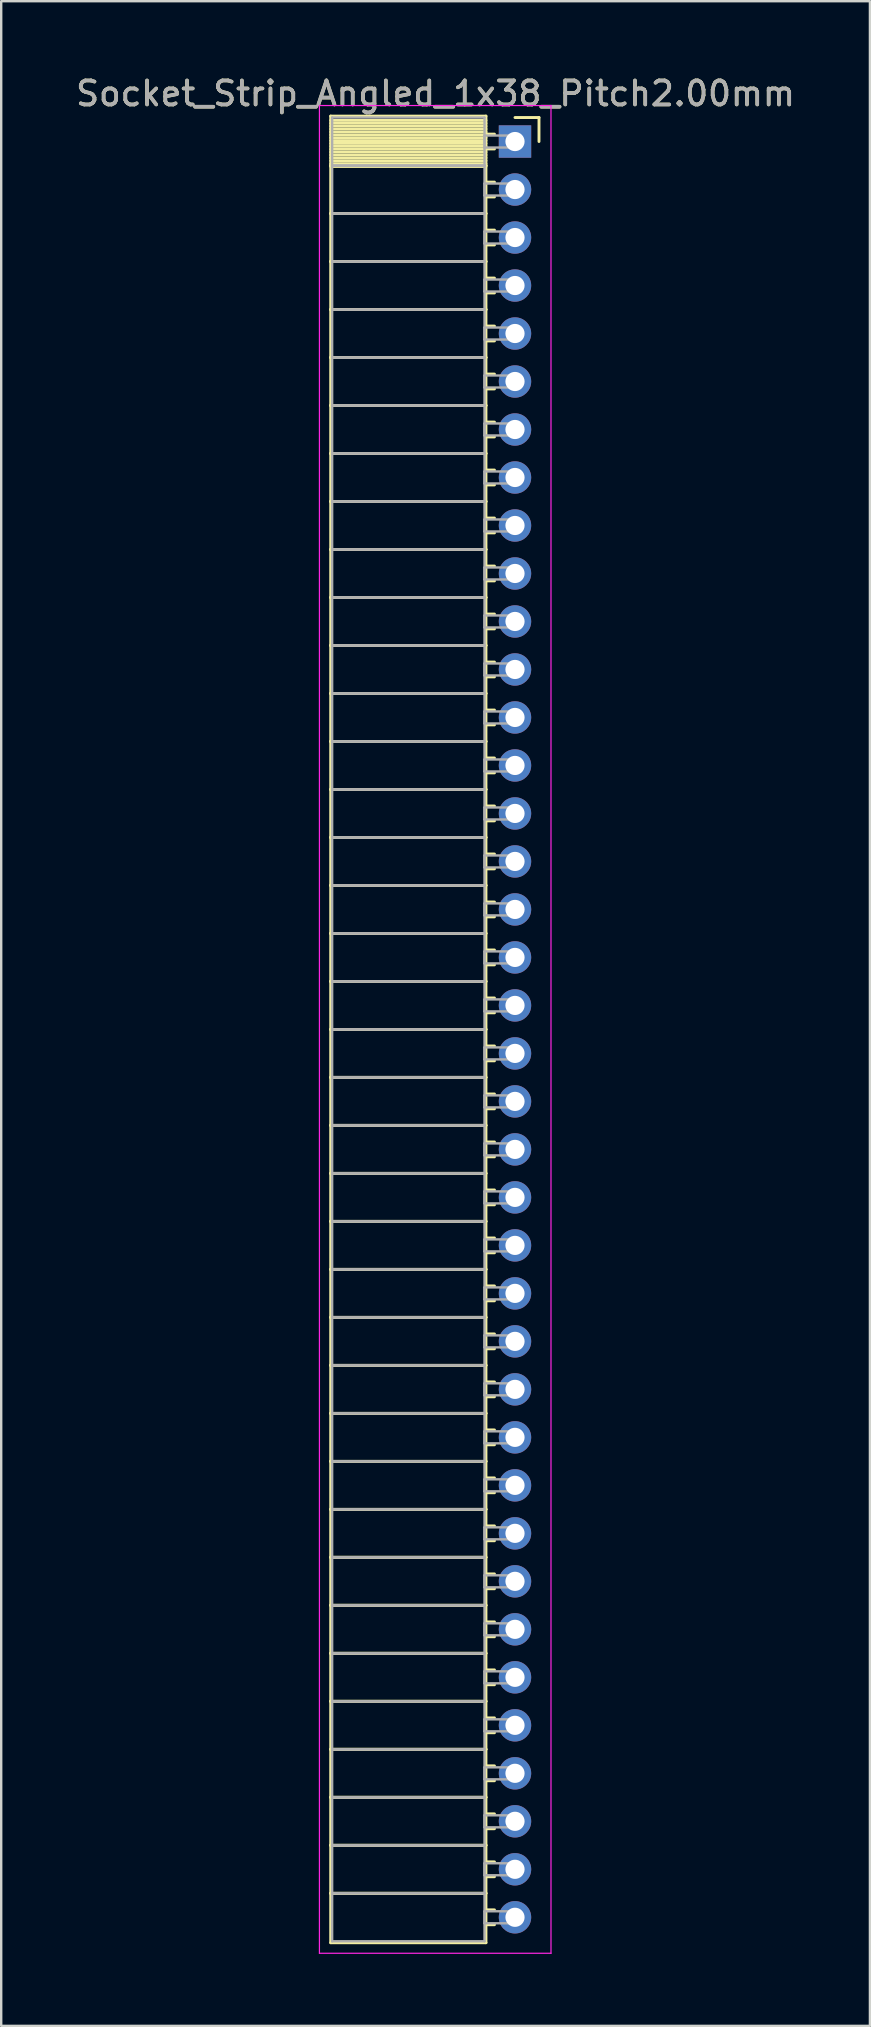
<source format=kicad_pcb>
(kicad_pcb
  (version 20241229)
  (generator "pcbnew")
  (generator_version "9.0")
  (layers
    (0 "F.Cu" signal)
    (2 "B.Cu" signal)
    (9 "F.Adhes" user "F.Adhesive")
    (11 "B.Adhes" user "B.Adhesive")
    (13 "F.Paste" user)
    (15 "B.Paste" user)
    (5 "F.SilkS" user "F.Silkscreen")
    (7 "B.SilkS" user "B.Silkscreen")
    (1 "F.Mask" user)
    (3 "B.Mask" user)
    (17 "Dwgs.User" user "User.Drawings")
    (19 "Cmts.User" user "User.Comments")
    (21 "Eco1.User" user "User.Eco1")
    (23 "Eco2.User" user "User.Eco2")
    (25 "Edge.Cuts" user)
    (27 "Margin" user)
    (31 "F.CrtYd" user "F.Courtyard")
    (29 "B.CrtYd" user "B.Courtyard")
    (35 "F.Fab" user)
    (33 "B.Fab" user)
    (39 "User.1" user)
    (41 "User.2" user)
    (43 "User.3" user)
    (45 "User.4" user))
  (footprint "Socket_Strip_Angled_1x38_Pitch2.00mm"
    (layer "F.Cu")
    (at 18.411 2.848)
    (property "Reference" "Socket_Strip_Angled_1x38_Pitch2.00mm" (at -3.31 -2 0) (layer "F.SilkS") (effects (font (size 1 1) (thickness 0.15))))
    (attr through_hole)
    (fp_line (start -7.68 -1.06) (end -1.21 -1.06) (stroke (width 0.12) (type solid)) (layer "F.SilkS"))
    (fp_line (start -7.68 1) (end -7.68 -1.06) (stroke (width 0.12) (type solid)) (layer "F.SilkS"))
    (fp_line (start -7.68 1) (end -1.21 1) (stroke (width 0.12) (type solid)) (layer "F.SilkS"))
    (fp_line (start -7.68 3) (end -7.68 1) (stroke (width 0.12) (type solid)) (layer "F.SilkS"))
    (fp_line (start -7.68 3) (end -1.21 3) (stroke (width 0.12) (type solid)) (layer "F.SilkS"))
    (fp_line (start -7.68 5) (end -7.68 3) (stroke (width 0.12) (type solid)) (layer "F.SilkS"))
    (fp_line (start -7.68 5) (end -1.21 5) (stroke (width 0.12) (type solid)) (layer "F.SilkS"))
    (fp_line (start -7.68 7) (end -7.68 5) (stroke (width 0.12) (type solid)) (layer "F.SilkS"))
    (fp_line (start -7.68 7) (end -1.21 7) (stroke (width 0.12) (type solid)) (layer "F.SilkS"))
    (fp_line (start -7.68 9) (end -7.68 7) (stroke (width 0.12) (type solid)) (layer "F.SilkS"))
    (fp_line (start -7.68 9) (end -1.21 9) (stroke (width 0.12) (type solid)) (layer "F.SilkS"))
    (fp_line (start -7.68 11) (end -7.68 9) (stroke (width 0.12) (type solid)) (layer "F.SilkS"))
    (fp_line (start -7.68 11) (end -1.21 11) (stroke (width 0.12) (type solid)) (layer "F.SilkS"))
    (fp_line (start -7.68 13) (end -7.68 11) (stroke (width 0.12) (type solid)) (layer "F.SilkS"))
    (fp_line (start -7.68 13) (end -1.21 13) (stroke (width 0.12) (type solid)) (layer "F.SilkS"))
    (fp_line (start -7.68 15) (end -7.68 13) (stroke (width 0.12) (type solid)) (layer "F.SilkS"))
    (fp_line (start -7.68 15) (end -1.21 15) (stroke (width 0.12) (type solid)) (layer "F.SilkS"))
    (fp_line (start -7.68 17) (end -7.68 15) (stroke (width 0.12) (type solid)) (layer "F.SilkS"))
    (fp_line (start -7.68 17) (end -1.21 17) (stroke (width 0.12) (type solid)) (layer "F.SilkS"))
    (fp_line (start -7.68 19) (end -7.68 17) (stroke (width 0.12) (type solid)) (layer "F.SilkS"))
    (fp_line (start -7.68 19) (end -1.21 19) (stroke (width 0.12) (type solid)) (layer "F.SilkS"))
    (fp_line (start -7.68 21) (end -7.68 19) (stroke (width 0.12) (type solid)) (layer "F.SilkS"))
    (fp_line (start -7.68 21) (end -1.21 21) (stroke (width 0.12) (type solid)) (layer "F.SilkS"))
    (fp_line (start -7.68 23) (end -7.68 21) (stroke (width 0.12) (type solid)) (layer "F.SilkS"))
    (fp_line (start -7.68 23) (end -1.21 23) (stroke (width 0.12) (type solid)) (layer "F.SilkS"))
    (fp_line (start -7.68 25) (end -7.68 23) (stroke (width 0.12) (type solid)) (layer "F.SilkS"))
    (fp_line (start -7.68 25) (end -1.21 25) (stroke (width 0.12) (type solid)) (layer "F.SilkS"))
    (fp_line (start -7.68 27) (end -7.68 25) (stroke (width 0.12) (type solid)) (layer "F.SilkS"))
    (fp_line (start -7.68 27) (end -1.21 27) (stroke (width 0.12) (type solid)) (layer "F.SilkS"))
    (fp_line (start -7.68 29) (end -7.68 27) (stroke (width 0.12) (type solid)) (layer "F.SilkS"))
    (fp_line (start -7.68 29) (end -1.21 29) (stroke (width 0.12) (type solid)) (layer "F.SilkS"))
    (fp_line (start -7.68 31) (end -7.68 29) (stroke (width 0.12) (type solid)) (layer "F.SilkS"))
    (fp_line (start -7.68 31) (end -1.21 31) (stroke (width 0.12) (type solid)) (layer "F.SilkS"))
    (fp_line (start -7.68 33) (end -7.68 31) (stroke (width 0.12) (type solid)) (layer "F.SilkS"))
    (fp_line (start -7.68 33) (end -1.21 33) (stroke (width 0.12) (type solid)) (layer "F.SilkS"))
    (fp_line (start -7.68 35) (end -7.68 33) (stroke (width 0.12) (type solid)) (layer "F.SilkS"))
    (fp_line (start -7.68 35) (end -1.21 35) (stroke (width 0.12) (type solid)) (layer "F.SilkS"))
    (fp_line (start -7.68 37) (end -7.68 35) (stroke (width 0.12) (type solid)) (layer "F.SilkS"))
    (fp_line (start -7.68 37) (end -1.21 37) (stroke (width 0.12) (type solid)) (layer "F.SilkS"))
    (fp_line (start -7.68 39) (end -7.68 37) (stroke (width 0.12) (type solid)) (layer "F.SilkS"))
    (fp_line (start -7.68 39) (end -1.21 39) (stroke (width 0.12) (type solid)) (layer "F.SilkS"))
    (fp_line (start -7.68 41) (end -7.68 39) (stroke (width 0.12) (type solid)) (layer "F.SilkS"))
    (fp_line (start -7.68 41) (end -1.21 41) (stroke (width 0.12) (type solid)) (layer "F.SilkS"))
    (fp_line (start -7.68 43) (end -7.68 41) (stroke (width 0.12) (type solid)) (layer "F.SilkS"))
    (fp_line (start -7.68 43) (end -1.21 43) (stroke (width 0.12) (type solid)) (layer "F.SilkS"))
    (fp_line (start -7.68 45) (end -7.68 43) (stroke (width 0.12) (type solid)) (layer "F.SilkS"))
    (fp_line (start -7.68 45) (end -1.21 45) (stroke (width 0.12) (type solid)) (layer "F.SilkS"))
    (fp_line (start -7.68 47) (end -7.68 45) (stroke (width 0.12) (type solid)) (layer "F.SilkS"))
    (fp_line (start -7.68 47) (end -1.21 47) (stroke (width 0.12) (type solid)) (layer "F.SilkS"))
    (fp_line (start -7.68 49) (end -7.68 47) (stroke (width 0.12) (type solid)) (layer "F.SilkS"))
    (fp_line (start -7.68 49) (end -1.21 49) (stroke (width 0.12) (type solid)) (layer "F.SilkS"))
    (fp_line (start -7.68 51) (end -7.68 49) (stroke (width 0.12) (type solid)) (layer "F.SilkS"))
    (fp_line (start -7.68 51) (end -1.21 51) (stroke (width 0.12) (type solid)) (layer "F.SilkS"))
    (fp_line (start -7.68 53) (end -7.68 51) (stroke (width 0.12) (type solid)) (layer "F.SilkS"))
    (fp_line (start -7.68 53) (end -1.21 53) (stroke (width 0.12) (type solid)) (layer "F.SilkS"))
    (fp_line (start -7.68 55) (end -7.68 53) (stroke (width 0.12) (type solid)) (layer "F.SilkS"))
    (fp_line (start -7.68 55) (end -1.21 55) (stroke (width 0.12) (type solid)) (layer "F.SilkS"))
    (fp_line (start -7.68 57) (end -7.68 55) (stroke (width 0.12) (type solid)) (layer "F.SilkS"))
    (fp_line (start -7.68 57) (end -1.21 57) (stroke (width 0.12) (type solid)) (layer "F.SilkS"))
    (fp_line (start -7.68 59) (end -7.68 57) (stroke (width 0.12) (type solid)) (layer "F.SilkS"))
    (fp_line (start -7.68 59) (end -1.21 59) (stroke (width 0.12) (type solid)) (layer "F.SilkS"))
    (fp_line (start -7.68 61) (end -7.68 59) (stroke (width 0.12) (type solid)) (layer "F.SilkS"))
    (fp_line (start -7.68 61) (end -1.21 61) (stroke (width 0.12) (type solid)) (layer "F.SilkS"))
    (fp_line (start -7.68 63) (end -7.68 61) (stroke (width 0.12) (type solid)) (layer "F.SilkS"))
    (fp_line (start -7.68 63) (end -1.21 63) (stroke (width 0.12) (type solid)) (layer "F.SilkS"))
    (fp_line (start -7.68 65) (end -7.68 63) (stroke (width 0.12) (type solid)) (layer "F.SilkS"))
    (fp_line (start -7.68 65) (end -1.21 65) (stroke (width 0.12) (type solid)) (layer "F.SilkS"))
    (fp_line (start -7.68 67) (end -7.68 65) (stroke (width 0.12) (type solid)) (layer "F.SilkS"))
    (fp_line (start -7.68 67) (end -1.21 67) (stroke (width 0.12) (type solid)) (layer "F.SilkS"))
    (fp_line (start -7.68 69) (end -7.68 67) (stroke (width 0.12) (type solid)) (layer "F.SilkS"))
    (fp_line (start -7.68 69) (end -1.21 69) (stroke (width 0.12) (type solid)) (layer "F.SilkS"))
    (fp_line (start -7.68 71) (end -7.68 69) (stroke (width 0.12) (type solid)) (layer "F.SilkS"))
    (fp_line (start -7.68 71) (end -1.21 71) (stroke (width 0.12) (type solid)) (layer "F.SilkS"))
    (fp_line (start -7.68 73) (end -7.68 71) (stroke (width 0.12) (type solid)) (layer "F.SilkS"))
    (fp_line (start -7.68 73) (end -1.21 73) (stroke (width 0.12) (type solid)) (layer "F.SilkS"))
    (fp_line (start -7.68 75.06) (end -7.68 73) (stroke (width 0.12) (type solid)) (layer "F.SilkS"))
    (fp_line (start -1.21 -1.06) (end -1.21 1) (stroke (width 0.12) (type solid)) (layer "F.SilkS"))
    (fp_line (start -1.21 -0.88) (end -7.68 -0.88) (stroke (width 0.12) (type solid)) (layer "F.SilkS"))
    (fp_line (start -1.21 -0.76) (end -7.68 -0.76) (stroke (width 0.12) (type solid)) (layer "F.SilkS"))
    (fp_line (start -1.21 -0.64) (end -7.68 -0.64) (stroke (width 0.12) (type solid)) (layer "F.SilkS"))
    (fp_line (start -1.21 -0.52) (end -7.68 -0.52) (stroke (width 0.12) (type solid)) (layer "F.SilkS"))
    (fp_line (start -1.21 -0.4) (end -7.68 -0.4) (stroke (width 0.12) (type solid)) (layer "F.SilkS"))
    (fp_line (start -1.21 -0.28) (end -7.68 -0.28) (stroke (width 0.12) (type solid)) (layer "F.SilkS"))
    (fp_line (start -1.21 -0.16) (end -7.68 -0.16) (stroke (width 0.12) (type solid)) (layer "F.SilkS"))
    (fp_line (start -1.21 -0.04) (end -7.68 -0.04) (stroke (width 0.12) (type solid)) (layer "F.SilkS"))
    (fp_line (start -1.21 0.08) (end -7.68 0.08) (stroke (width 0.12) (type solid)) (layer "F.SilkS"))
    (fp_line (start -1.21 0.2) (end -7.68 0.2) (stroke (width 0.12) (type solid)) (layer "F.SilkS"))
    (fp_line (start -1.21 0.32) (end -7.68 0.32) (stroke (width 0.12) (type solid)) (layer "F.SilkS"))
    (fp_line (start -1.21 0.44) (end -7.68 0.44) (stroke (width 0.12) (type solid)) (layer "F.SilkS"))
    (fp_line (start -1.21 0.56) (end -7.68 0.56) (stroke (width 0.12) (type solid)) (layer "F.SilkS"))
    (fp_line (start -1.21 0.68) (end -7.68 0.68) (stroke (width 0.12) (type solid)) (layer "F.SilkS"))
    (fp_line (start -1.21 0.8) (end -7.68 0.8) (stroke (width 0.12) (type solid)) (layer "F.SilkS"))
    (fp_line (start -1.21 0.92) (end -7.68 0.92) (stroke (width 0.12) (type solid)) (layer "F.SilkS"))
    (fp_line (start -1.21 1) (end -7.68 1) (stroke (width 0.12) (type solid)) (layer "F.SilkS"))
    (fp_line (start -1.21 1) (end -1.21 3) (stroke (width 0.12) (type solid)) (layer "F.SilkS"))
    (fp_line (start -1.21 1.04) (end -7.68 1.04) (stroke (width 0.12) (type solid)) (layer "F.SilkS"))
    (fp_line (start -1.21 3) (end -7.68 3) (stroke (width 0.12) (type solid)) (layer "F.SilkS"))
    (fp_line (start -1.21 3) (end -1.21 5) (stroke (width 0.12) (type solid)) (layer "F.SilkS"))
    (fp_line (start -1.21 5) (end -7.68 5) (stroke (width 0.12) (type solid)) (layer "F.SilkS"))
    (fp_line (start -1.21 5) (end -1.21 7) (stroke (width 0.12) (type solid)) (layer "F.SilkS"))
    (fp_line (start -1.21 7) (end -7.68 7) (stroke (width 0.12) (type solid)) (layer "F.SilkS"))
    (fp_line (start -1.21 7) (end -1.21 9) (stroke (width 0.12) (type solid)) (layer "F.SilkS"))
    (fp_line (start -1.21 9) (end -7.68 9) (stroke (width 0.12) (type solid)) (layer "F.SilkS"))
    (fp_line (start -1.21 9) (end -1.21 11) (stroke (width 0.12) (type solid)) (layer "F.SilkS"))
    (fp_line (start -1.21 11) (end -7.68 11) (stroke (width 0.12) (type solid)) (layer "F.SilkS"))
    (fp_line (start -1.21 11) (end -1.21 13) (stroke (width 0.12) (type solid)) (layer "F.SilkS"))
    (fp_line (start -1.21 13) (end -7.68 13) (stroke (width 0.12) (type solid)) (layer "F.SilkS"))
    (fp_line (start -1.21 13) (end -1.21 15) (stroke (width 0.12) (type solid)) (layer "F.SilkS"))
    (fp_line (start -1.21 15) (end -7.68 15) (stroke (width 0.12) (type solid)) (layer "F.SilkS"))
    (fp_line (start -1.21 15) (end -1.21 17) (stroke (width 0.12) (type solid)) (layer "F.SilkS"))
    (fp_line (start -1.21 17) (end -7.68 17) (stroke (width 0.12) (type solid)) (layer "F.SilkS"))
    (fp_line (start -1.21 17) (end -1.21 19) (stroke (width 0.12) (type solid)) (layer "F.SilkS"))
    (fp_line (start -1.21 19) (end -7.68 19) (stroke (width 0.12) (type solid)) (layer "F.SilkS"))
    (fp_line (start -1.21 19) (end -1.21 21) (stroke (width 0.12) (type solid)) (layer "F.SilkS"))
    (fp_line (start -1.21 21) (end -7.68 21) (stroke (width 0.12) (type solid)) (layer "F.SilkS"))
    (fp_line (start -1.21 21) (end -1.21 23) (stroke (width 0.12) (type solid)) (layer "F.SilkS"))
    (fp_line (start -1.21 23) (end -7.68 23) (stroke (width 0.12) (type solid)) (layer "F.SilkS"))
    (fp_line (start -1.21 23) (end -1.21 25) (stroke (width 0.12) (type solid)) (layer "F.SilkS"))
    (fp_line (start -1.21 25) (end -7.68 25) (stroke (width 0.12) (type solid)) (layer "F.SilkS"))
    (fp_line (start -1.21 25) (end -1.21 27) (stroke (width 0.12) (type solid)) (layer "F.SilkS"))
    (fp_line (start -1.21 27) (end -7.68 27) (stroke (width 0.12) (type solid)) (layer "F.SilkS"))
    (fp_line (start -1.21 27) (end -1.21 29) (stroke (width 0.12) (type solid)) (layer "F.SilkS"))
    (fp_line (start -1.21 29) (end -7.68 29) (stroke (width 0.12) (type solid)) (layer "F.SilkS"))
    (fp_line (start -1.21 29) (end -1.21 31) (stroke (width 0.12) (type solid)) (layer "F.SilkS"))
    (fp_line (start -1.21 31) (end -7.68 31) (stroke (width 0.12) (type solid)) (layer "F.SilkS"))
    (fp_line (start -1.21 31) (end -1.21 33) (stroke (width 0.12) (type solid)) (layer "F.SilkS"))
    (fp_line (start -1.21 33) (end -7.68 33) (stroke (width 0.12) (type solid)) (layer "F.SilkS"))
    (fp_line (start -1.21 33) (end -1.21 35) (stroke (width 0.12) (type solid)) (layer "F.SilkS"))
    (fp_line (start -1.21 35) (end -7.68 35) (stroke (width 0.12) (type solid)) (layer "F.SilkS"))
    (fp_line (start -1.21 35) (end -1.21 37) (stroke (width 0.12) (type solid)) (layer "F.SilkS"))
    (fp_line (start -1.21 37) (end -7.68 37) (stroke (width 0.12) (type solid)) (layer "F.SilkS"))
    (fp_line (start -1.21 37) (end -1.21 39) (stroke (width 0.12) (type solid)) (layer "F.SilkS"))
    (fp_line (start -1.21 39) (end -7.68 39) (stroke (width 0.12) (type solid)) (layer "F.SilkS"))
    (fp_line (start -1.21 39) (end -1.21 41) (stroke (width 0.12) (type solid)) (layer "F.SilkS"))
    (fp_line (start -1.21 41) (end -7.68 41) (stroke (width 0.12) (type solid)) (layer "F.SilkS"))
    (fp_line (start -1.21 41) (end -1.21 43) (stroke (width 0.12) (type solid)) (layer "F.SilkS"))
    (fp_line (start -1.21 43) (end -7.68 43) (stroke (width 0.12) (type solid)) (layer "F.SilkS"))
    (fp_line (start -1.21 43) (end -1.21 45) (stroke (width 0.12) (type solid)) (layer "F.SilkS"))
    (fp_line (start -1.21 45) (end -7.68 45) (stroke (width 0.12) (type solid)) (layer "F.SilkS"))
    (fp_line (start -1.21 45) (end -1.21 47) (stroke (width 0.12) (type solid)) (layer "F.SilkS"))
    (fp_line (start -1.21 47) (end -7.68 47) (stroke (width 0.12) (type solid)) (layer "F.SilkS"))
    (fp_line (start -1.21 47) (end -1.21 49) (stroke (width 0.12) (type solid)) (layer "F.SilkS"))
    (fp_line (start -1.21 49) (end -7.68 49) (stroke (width 0.12) (type solid)) (layer "F.SilkS"))
    (fp_line (start -1.21 49) (end -1.21 51) (stroke (width 0.12) (type solid)) (layer "F.SilkS"))
    (fp_line (start -1.21 51) (end -7.68 51) (stroke (width 0.12) (type solid)) (layer "F.SilkS"))
    (fp_line (start -1.21 51) (end -1.21 53) (stroke (width 0.12) (type solid)) (layer "F.SilkS"))
    (fp_line (start -1.21 53) (end -7.68 53) (stroke (width 0.12) (type solid)) (layer "F.SilkS"))
    (fp_line (start -1.21 53) (end -1.21 55) (stroke (width 0.12) (type solid)) (layer "F.SilkS"))
    (fp_line (start -1.21 55) (end -7.68 55) (stroke (width 0.12) (type solid)) (layer "F.SilkS"))
    (fp_line (start -1.21 55) (end -1.21 57) (stroke (width 0.12) (type solid)) (layer "F.SilkS"))
    (fp_line (start -1.21 57) (end -7.68 57) (stroke (width 0.12) (type solid)) (layer "F.SilkS"))
    (fp_line (start -1.21 57) (end -1.21 59) (stroke (width 0.12) (type solid)) (layer "F.SilkS"))
    (fp_line (start -1.21 59) (end -7.68 59) (stroke (width 0.12) (type solid)) (layer "F.SilkS"))
    (fp_line (start -1.21 59) (end -1.21 61) (stroke (width 0.12) (type solid)) (layer "F.SilkS"))
    (fp_line (start -1.21 61) (end -7.68 61) (stroke (width 0.12) (type solid)) (layer "F.SilkS"))
    (fp_line (start -1.21 61) (end -1.21 63) (stroke (width 0.12) (type solid)) (layer "F.SilkS"))
    (fp_line (start -1.21 63) (end -7.68 63) (stroke (width 0.12) (type solid)) (layer "F.SilkS"))
    (fp_line (start -1.21 63) (end -1.21 65) (stroke (width 0.12) (type solid)) (layer "F.SilkS"))
    (fp_line (start -1.21 65) (end -7.68 65) (stroke (width 0.12) (type solid)) (layer "F.SilkS"))
    (fp_line (start -1.21 65) (end -1.21 67) (stroke (width 0.12) (type solid)) (layer "F.SilkS"))
    (fp_line (start -1.21 67) (end -7.68 67) (stroke (width 0.12) (type solid)) (layer "F.SilkS"))
    (fp_line (start -1.21 67) (end -1.21 69) (stroke (width 0.12) (type solid)) (layer "F.SilkS"))
    (fp_line (start -1.21 69) (end -7.68 69) (stroke (width 0.12) (type solid)) (layer "F.SilkS"))
    (fp_line (start -1.21 69) (end -1.21 71) (stroke (width 0.12) (type solid)) (layer "F.SilkS"))
    (fp_line (start -1.21 71) (end -7.68 71) (stroke (width 0.12) (type solid)) (layer "F.SilkS"))
    (fp_line (start -1.21 71) (end -1.21 73) (stroke (width 0.12) (type solid)) (layer "F.SilkS"))
    (fp_line (start -1.21 73) (end -7.68 73) (stroke (width 0.12) (type solid)) (layer "F.SilkS"))
    (fp_line (start -1.21 73) (end -1.21 75.06) (stroke (width 0.12) (type solid)) (layer "F.SilkS"))
    (fp_line (start -1.21 75.06) (end -7.68 75.06) (stroke (width 0.12) (type solid)) (layer "F.SilkS"))
    (fp_line (start -0.855 -0.31) (end -1.21 -0.31) (stroke (width 0.12) (type solid)) (layer "F.SilkS"))
    (fp_line (start -0.855 0.31) (end -1.21 0.31) (stroke (width 0.12) (type solid)) (layer "F.SilkS"))
    (fp_line (start -0.855 1.69) (end -1.21 1.69) (stroke (width 0.12) (type solid)) (layer "F.SilkS"))
    (fp_line (start -0.855 2.31) (end -1.21 2.31) (stroke (width 0.12) (type solid)) (layer "F.SilkS"))
    (fp_line (start -0.855 3.69) (end -1.21 3.69) (stroke (width 0.12) (type solid)) (layer "F.SilkS"))
    (fp_line (start -0.855 4.31) (end -1.21 4.31) (stroke (width 0.12) (type solid)) (layer "F.SilkS"))
    (fp_line (start -0.855 5.69) (end -1.21 5.69) (stroke (width 0.12) (type solid)) (layer "F.SilkS"))
    (fp_line (start -0.855 6.31) (end -1.21 6.31) (stroke (width 0.12) (type solid)) (layer "F.SilkS"))
    (fp_line (start -0.855 7.69) (end -1.21 7.69) (stroke (width 0.12) (type solid)) (layer "F.SilkS"))
    (fp_line (start -0.855 8.31) (end -1.21 8.31) (stroke (width 0.12) (type solid)) (layer "F.SilkS"))
    (fp_line (start -0.855 9.69) (end -1.21 9.69) (stroke (width 0.12) (type solid)) (layer "F.SilkS"))
    (fp_line (start -0.855 10.31) (end -1.21 10.31) (stroke (width 0.12) (type solid)) (layer "F.SilkS"))
    (fp_line (start -0.855 11.69) (end -1.21 11.69) (stroke (width 0.12) (type solid)) (layer "F.SilkS"))
    (fp_line (start -0.855 12.31) (end -1.21 12.31) (stroke (width 0.12) (type solid)) (layer "F.SilkS"))
    (fp_line (start -0.855 13.69) (end -1.21 13.69) (stroke (width 0.12) (type solid)) (layer "F.SilkS"))
    (fp_line (start -0.855 14.31) (end -1.21 14.31) (stroke (width 0.12) (type solid)) (layer "F.SilkS"))
    (fp_line (start -0.855 15.69) (end -1.21 15.69) (stroke (width 0.12) (type solid)) (layer "F.SilkS"))
    (fp_line (start -0.855 16.31) (end -1.21 16.31) (stroke (width 0.12) (type solid)) (layer "F.SilkS"))
    (fp_line (start -0.855 17.69) (end -1.21 17.69) (stroke (width 0.12) (type solid)) (layer "F.SilkS"))
    (fp_line (start -0.855 18.31) (end -1.21 18.31) (stroke (width 0.12) (type solid)) (layer "F.SilkS"))
    (fp_line (start -0.855 19.69) (end -1.21 19.69) (stroke (width 0.12) (type solid)) (layer "F.SilkS"))
    (fp_line (start -0.855 20.31) (end -1.21 20.31) (stroke (width 0.12) (type solid)) (layer "F.SilkS"))
    (fp_line (start -0.855 21.69) (end -1.21 21.69) (stroke (width 0.12) (type solid)) (layer "F.SilkS"))
    (fp_line (start -0.855 22.31) (end -1.21 22.31) (stroke (width 0.12) (type solid)) (layer "F.SilkS"))
    (fp_line (start -0.855 23.69) (end -1.21 23.69) (stroke (width 0.12) (type solid)) (layer "F.SilkS"))
    (fp_line (start -0.855 24.31) (end -1.21 24.31) (stroke (width 0.12) (type solid)) (layer "F.SilkS"))
    (fp_line (start -0.855 25.69) (end -1.21 25.69) (stroke (width 0.12) (type solid)) (layer "F.SilkS"))
    (fp_line (start -0.855 26.31) (end -1.21 26.31) (stroke (width 0.12) (type solid)) (layer "F.SilkS"))
    (fp_line (start -0.855 27.69) (end -1.21 27.69) (stroke (width 0.12) (type solid)) (layer "F.SilkS"))
    (fp_line (start -0.855 28.31) (end -1.21 28.31) (stroke (width 0.12) (type solid)) (layer "F.SilkS"))
    (fp_line (start -0.855 29.69) (end -1.21 29.69) (stroke (width 0.12) (type solid)) (layer "F.SilkS"))
    (fp_line (start -0.855 30.31) (end -1.21 30.31) (stroke (width 0.12) (type solid)) (layer "F.SilkS"))
    (fp_line (start -0.855 31.69) (end -1.21 31.69) (stroke (width 0.12) (type solid)) (layer "F.SilkS"))
    (fp_line (start -0.855 32.31) (end -1.21 32.31) (stroke (width 0.12) (type solid)) (layer "F.SilkS"))
    (fp_line (start -0.855 33.69) (end -1.21 33.69) (stroke (width 0.12) (type solid)) (layer "F.SilkS"))
    (fp_line (start -0.855 34.31) (end -1.21 34.31) (stroke (width 0.12) (type solid)) (layer "F.SilkS"))
    (fp_line (start -0.855 35.69) (end -1.21 35.69) (stroke (width 0.12) (type solid)) (layer "F.SilkS"))
    (fp_line (start -0.855 36.31) (end -1.21 36.31) (stroke (width 0.12) (type solid)) (layer "F.SilkS"))
    (fp_line (start -0.855 37.69) (end -1.21 37.69) (stroke (width 0.12) (type solid)) (layer "F.SilkS"))
    (fp_line (start -0.855 38.31) (end -1.21 38.31) (stroke (width 0.12) (type solid)) (layer "F.SilkS"))
    (fp_line (start -0.855 39.69) (end -1.21 39.69) (stroke (width 0.12) (type solid)) (layer "F.SilkS"))
    (fp_line (start -0.855 40.31) (end -1.21 40.31) (stroke (width 0.12) (type solid)) (layer "F.SilkS"))
    (fp_line (start -0.855 41.69) (end -1.21 41.69) (stroke (width 0.12) (type solid)) (layer "F.SilkS"))
    (fp_line (start -0.855 42.31) (end -1.21 42.31) (stroke (width 0.12) (type solid)) (layer "F.SilkS"))
    (fp_line (start -0.855 43.69) (end -1.21 43.69) (stroke (width 0.12) (type solid)) (layer "F.SilkS"))
    (fp_line (start -0.855 44.31) (end -1.21 44.31) (stroke (width 0.12) (type solid)) (layer "F.SilkS"))
    (fp_line (start -0.855 45.69) (end -1.21 45.69) (stroke (width 0.12) (type solid)) (layer "F.SilkS"))
    (fp_line (start -0.855 46.31) (end -1.21 46.31) (stroke (width 0.12) (type solid)) (layer "F.SilkS"))
    (fp_line (start -0.855 47.69) (end -1.21 47.69) (stroke (width 0.12) (type solid)) (layer "F.SilkS"))
    (fp_line (start -0.855 48.31) (end -1.21 48.31) (stroke (width 0.12) (type solid)) (layer "F.SilkS"))
    (fp_line (start -0.855 49.69) (end -1.21 49.69) (stroke (width 0.12) (type solid)) (layer "F.SilkS"))
    (fp_line (start -0.855 50.31) (end -1.21 50.31) (stroke (width 0.12) (type solid)) (layer "F.SilkS"))
    (fp_line (start -0.855 51.69) (end -1.21 51.69) (stroke (width 0.12) (type solid)) (layer "F.SilkS"))
    (fp_line (start -0.855 52.31) (end -1.21 52.31) (stroke (width 0.12) (type solid)) (layer "F.SilkS"))
    (fp_line (start -0.855 53.69) (end -1.21 53.69) (stroke (width 0.12) (type solid)) (layer "F.SilkS"))
    (fp_line (start -0.855 54.31) (end -1.21 54.31) (stroke (width 0.12) (type solid)) (layer "F.SilkS"))
    (fp_line (start -0.855 55.69) (end -1.21 55.69) (stroke (width 0.12) (type solid)) (layer "F.SilkS"))
    (fp_line (start -0.855 56.31) (end -1.21 56.31) (stroke (width 0.12) (type solid)) (layer "F.SilkS"))
    (fp_line (start -0.855 57.69) (end -1.21 57.69) (stroke (width 0.12) (type solid)) (layer "F.SilkS"))
    (fp_line (start -0.855 58.31) (end -1.21 58.31) (stroke (width 0.12) (type solid)) (layer "F.SilkS"))
    (fp_line (start -0.855 59.69) (end -1.21 59.69) (stroke (width 0.12) (type solid)) (layer "F.SilkS"))
    (fp_line (start -0.855 60.31) (end -1.21 60.31) (stroke (width 0.12) (type solid)) (layer "F.SilkS"))
    (fp_line (start -0.855 61.69) (end -1.21 61.69) (stroke (width 0.12) (type solid)) (layer "F.SilkS"))
    (fp_line (start -0.855 62.31) (end -1.21 62.31) (stroke (width 0.12) (type solid)) (layer "F.SilkS"))
    (fp_line (start -0.855 63.69) (end -1.21 63.69) (stroke (width 0.12) (type solid)) (layer "F.SilkS"))
    (fp_line (start -0.855 64.31) (end -1.21 64.31) (stroke (width 0.12) (type solid)) (layer "F.SilkS"))
    (fp_line (start -0.855 65.69) (end -1.21 65.69) (stroke (width 0.12) (type solid)) (layer "F.SilkS"))
    (fp_line (start -0.855 66.31) (end -1.21 66.31) (stroke (width 0.12) (type solid)) (layer "F.SilkS"))
    (fp_line (start -0.855 67.69) (end -1.21 67.69) (stroke (width 0.12) (type solid)) (layer "F.SilkS"))
    (fp_line (start -0.855 68.31) (end -1.21 68.31) (stroke (width 0.12) (type solid)) (layer "F.SilkS"))
    (fp_line (start -0.855 69.69) (end -1.21 69.69) (stroke (width 0.12) (type solid)) (layer "F.SilkS"))
    (fp_line (start -0.855 70.31) (end -1.21 70.31) (stroke (width 0.12) (type solid)) (layer "F.SilkS"))
    (fp_line (start -0.855 71.69) (end -1.21 71.69) (stroke (width 0.12) (type solid)) (layer "F.SilkS"))
    (fp_line (start -0.855 72.31) (end -1.21 72.31) (stroke (width 0.12) (type solid)) (layer "F.SilkS"))
    (fp_line (start -0.855 73.69) (end -1.21 73.69) (stroke (width 0.12) (type solid)) (layer "F.SilkS"))
    (fp_line (start -0.855 74.31) (end -1.21 74.31) (stroke (width 0.12) (type solid)) (layer "F.SilkS"))
    (fp_line (start 0 -1) (end 1 -1) (stroke (width 0.12) (type solid)) (layer "F.SilkS"))
    (fp_line (start 1 -1) (end 1 0) (stroke (width 0.12) (type solid)) (layer "F.SilkS"))
    (fp_line (start -8.15 -1.5) (end 1.5 -1.5) (stroke (width 0.05) (type solid)) (layer "F.CrtYd"))
    (fp_line (start -8.15 75.5) (end -8.15 -1.5) (stroke (width 0.05) (type solid)) (layer "F.CrtYd"))
    (fp_line (start 1.5 -1.5) (end 1.5 75.5) (stroke (width 0.05) (type solid)) (layer "F.CrtYd"))
    (fp_line (start 1.5 75.5) (end -8.15 75.5) (stroke (width 0.05) (type solid)) (layer "F.CrtYd"))
    (fp_line (start -7.62 -1) (end -1.27 -1) (stroke (width 0.1) (type solid)) (layer "F.Fab"))
    (fp_line (start -7.62 1) (end -7.62 -1) (stroke (width 0.1) (type solid)) (layer "F.Fab"))
    (fp_line (start -7.62 1) (end -1.27 1) (stroke (width 0.1) (type solid)) (layer "F.Fab"))
    (fp_line (start -7.62 3) (end -7.62 1) (stroke (width 0.1) (type solid)) (layer "F.Fab"))
    (fp_line (start -7.62 3) (end -1.27 3) (stroke (width 0.1) (type solid)) (layer "F.Fab"))
    (fp_line (start -7.62 5) (end -7.62 3) (stroke (width 0.1) (type solid)) (layer "F.Fab"))
    (fp_line (start -7.62 5) (end -1.27 5) (stroke (width 0.1) (type solid)) (layer "F.Fab"))
    (fp_line (start -7.62 7) (end -7.62 5) (stroke (width 0.1) (type solid)) (layer "F.Fab"))
    (fp_line (start -7.62 7) (end -1.27 7) (stroke (width 0.1) (type solid)) (layer "F.Fab"))
    (fp_line (start -7.62 9) (end -7.62 7) (stroke (width 0.1) (type solid)) (layer "F.Fab"))
    (fp_line (start -7.62 9) (end -1.27 9) (stroke (width 0.1) (type solid)) (layer "F.Fab"))
    (fp_line (start -7.62 11) (end -7.62 9) (stroke (width 0.1) (type solid)) (layer "F.Fab"))
    (fp_line (start -7.62 11) (end -1.27 11) (stroke (width 0.1) (type solid)) (layer "F.Fab"))
    (fp_line (start -7.62 13) (end -7.62 11) (stroke (width 0.1) (type solid)) (layer "F.Fab"))
    (fp_line (start -7.62 13) (end -1.27 13) (stroke (width 0.1) (type solid)) (layer "F.Fab"))
    (fp_line (start -7.62 15) (end -7.62 13) (stroke (width 0.1) (type solid)) (layer "F.Fab"))
    (fp_line (start -7.62 15) (end -1.27 15) (stroke (width 0.1) (type solid)) (layer "F.Fab"))
    (fp_line (start -7.62 17) (end -7.62 15) (stroke (width 0.1) (type solid)) (layer "F.Fab"))
    (fp_line (start -7.62 17) (end -1.27 17) (stroke (width 0.1) (type solid)) (layer "F.Fab"))
    (fp_line (start -7.62 19) (end -7.62 17) (stroke (width 0.1) (type solid)) (layer "F.Fab"))
    (fp_line (start -7.62 19) (end -1.27 19) (stroke (width 0.1) (type solid)) (layer "F.Fab"))
    (fp_line (start -7.62 21) (end -7.62 19) (stroke (width 0.1) (type solid)) (layer "F.Fab"))
    (fp_line (start -7.62 21) (end -1.27 21) (stroke (width 0.1) (type solid)) (layer "F.Fab"))
    (fp_line (start -7.62 23) (end -7.62 21) (stroke (width 0.1) (type solid)) (layer "F.Fab"))
    (fp_line (start -7.62 23) (end -1.27 23) (stroke (width 0.1) (type solid)) (layer "F.Fab"))
    (fp_line (start -7.62 25) (end -7.62 23) (stroke (width 0.1) (type solid)) (layer "F.Fab"))
    (fp_line (start -7.62 25) (end -1.27 25) (stroke (width 0.1) (type solid)) (layer "F.Fab"))
    (fp_line (start -7.62 27) (end -7.62 25) (stroke (width 0.1) (type solid)) (layer "F.Fab"))
    (fp_line (start -7.62 27) (end -1.27 27) (stroke (width 0.1) (type solid)) (layer "F.Fab"))
    (fp_line (start -7.62 29) (end -7.62 27) (stroke (width 0.1) (type solid)) (layer "F.Fab"))
    (fp_line (start -7.62 29) (end -1.27 29) (stroke (width 0.1) (type solid)) (layer "F.Fab"))
    (fp_line (start -7.62 31) (end -7.62 29) (stroke (width 0.1) (type solid)) (layer "F.Fab"))
    (fp_line (start -7.62 31) (end -1.27 31) (stroke (width 0.1) (type solid)) (layer "F.Fab"))
    (fp_line (start -7.62 33) (end -7.62 31) (stroke (width 0.1) (type solid)) (layer "F.Fab"))
    (fp_line (start -7.62 33) (end -1.27 33) (stroke (width 0.1) (type solid)) (layer "F.Fab"))
    (fp_line (start -7.62 35) (end -7.62 33) (stroke (width 0.1) (type solid)) (layer "F.Fab"))
    (fp_line (start -7.62 35) (end -1.27 35) (stroke (width 0.1) (type solid)) (layer "F.Fab"))
    (fp_line (start -7.62 37) (end -7.62 35) (stroke (width 0.1) (type solid)) (layer "F.Fab"))
    (fp_line (start -7.62 37) (end -1.27 37) (stroke (width 0.1) (type solid)) (layer "F.Fab"))
    (fp_line (start -7.62 39) (end -7.62 37) (stroke (width 0.1) (type solid)) (layer "F.Fab"))
    (fp_line (start -7.62 39) (end -1.27 39) (stroke (width 0.1) (type solid)) (layer "F.Fab"))
    (fp_line (start -7.62 41) (end -7.62 39) (stroke (width 0.1) (type solid)) (layer "F.Fab"))
    (fp_line (start -7.62 41) (end -1.27 41) (stroke (width 0.1) (type solid)) (layer "F.Fab"))
    (fp_line (start -7.62 43) (end -7.62 41) (stroke (width 0.1) (type solid)) (layer "F.Fab"))
    (fp_line (start -7.62 43) (end -1.27 43) (stroke (width 0.1) (type solid)) (layer "F.Fab"))
    (fp_line (start -7.62 45) (end -7.62 43) (stroke (width 0.1) (type solid)) (layer "F.Fab"))
    (fp_line (start -7.62 45) (end -1.27 45) (stroke (width 0.1) (type solid)) (layer "F.Fab"))
    (fp_line (start -7.62 47) (end -7.62 45) (stroke (width 0.1) (type solid)) (layer "F.Fab"))
    (fp_line (start -7.62 47) (end -1.27 47) (stroke (width 0.1) (type solid)) (layer "F.Fab"))
    (fp_line (start -7.62 49) (end -7.62 47) (stroke (width 0.1) (type solid)) (layer "F.Fab"))
    (fp_line (start -7.62 49) (end -1.27 49) (stroke (width 0.1) (type solid)) (layer "F.Fab"))
    (fp_line (start -7.62 51) (end -7.62 49) (stroke (width 0.1) (type solid)) (layer "F.Fab"))
    (fp_line (start -7.62 51) (end -1.27 51) (stroke (width 0.1) (type solid)) (layer "F.Fab"))
    (fp_line (start -7.62 53) (end -7.62 51) (stroke (width 0.1) (type solid)) (layer "F.Fab"))
    (fp_line (start -7.62 53) (end -1.27 53) (stroke (width 0.1) (type solid)) (layer "F.Fab"))
    (fp_line (start -7.62 55) (end -7.62 53) (stroke (width 0.1) (type solid)) (layer "F.Fab"))
    (fp_line (start -7.62 55) (end -1.27 55) (stroke (width 0.1) (type solid)) (layer "F.Fab"))
    (fp_line (start -7.62 57) (end -7.62 55) (stroke (width 0.1) (type solid)) (layer "F.Fab"))
    (fp_line (start -7.62 57) (end -1.27 57) (stroke (width 0.1) (type solid)) (layer "F.Fab"))
    (fp_line (start -7.62 59) (end -7.62 57) (stroke (width 0.1) (type solid)) (layer "F.Fab"))
    (fp_line (start -7.62 59) (end -1.27 59) (stroke (width 0.1) (type solid)) (layer "F.Fab"))
    (fp_line (start -7.62 61) (end -7.62 59) (stroke (width 0.1) (type solid)) (layer "F.Fab"))
    (fp_line (start -7.62 61) (end -1.27 61) (stroke (width 0.1) (type solid)) (layer "F.Fab"))
    (fp_line (start -7.62 63) (end -7.62 61) (stroke (width 0.1) (type solid)) (layer "F.Fab"))
    (fp_line (start -7.62 63) (end -1.27 63) (stroke (width 0.1) (type solid)) (layer "F.Fab"))
    (fp_line (start -7.62 65) (end -7.62 63) (stroke (width 0.1) (type solid)) (layer "F.Fab"))
    (fp_line (start -7.62 65) (end -1.27 65) (stroke (width 0.1) (type solid)) (layer "F.Fab"))
    (fp_line (start -7.62 67) (end -7.62 65) (stroke (width 0.1) (type solid)) (layer "F.Fab"))
    (fp_line (start -7.62 67) (end -1.27 67) (stroke (width 0.1) (type solid)) (layer "F.Fab"))
    (fp_line (start -7.62 69) (end -7.62 67) (stroke (width 0.1) (type solid)) (layer "F.Fab"))
    (fp_line (start -7.62 69) (end -1.27 69) (stroke (width 0.1) (type solid)) (layer "F.Fab"))
    (fp_line (start -7.62 71) (end -7.62 69) (stroke (width 0.1) (type solid)) (layer "F.Fab"))
    (fp_line (start -7.62 71) (end -1.27 71) (stroke (width 0.1) (type solid)) (layer "F.Fab"))
    (fp_line (start -7.62 73) (end -7.62 71) (stroke (width 0.1) (type solid)) (layer "F.Fab"))
    (fp_line (start -7.62 73) (end -1.27 73) (stroke (width 0.1) (type solid)) (layer "F.Fab"))
    (fp_line (start -7.62 75) (end -7.62 73) (stroke (width 0.1) (type solid)) (layer "F.Fab"))
    (fp_line (start -1.27 -1) (end -1.27 1) (stroke (width 0.1) (type solid)) (layer "F.Fab"))
    (fp_line (start -1.27 -0.25) (end 0 -0.25) (stroke (width 0.1) (type solid)) (layer "F.Fab"))
    (fp_line (start -1.27 0.25) (end -1.27 -0.25) (stroke (width 0.1) (type solid)) (layer "F.Fab"))
    (fp_line (start -1.27 1) (end -7.62 1) (stroke (width 0.1) (type solid)) (layer "F.Fab"))
    (fp_line (start -1.27 1) (end -1.27 3) (stroke (width 0.1) (type solid)) (layer "F.Fab"))
    (fp_line (start -1.27 1.75) (end 0 1.75) (stroke (width 0.1) (type solid)) (layer "F.Fab"))
    (fp_line (start -1.27 2.25) (end -1.27 1.75) (stroke (width 0.1) (type solid)) (layer "F.Fab"))
    (fp_line (start -1.27 3) (end -7.62 3) (stroke (width 0.1) (type solid)) (layer "F.Fab"))
    (fp_line (start -1.27 3) (end -1.27 5) (stroke (width 0.1) (type solid)) (layer "F.Fab"))
    (fp_line (start -1.27 3.75) (end 0 3.75) (stroke (width 0.1) (type solid)) (layer "F.Fab"))
    (fp_line (start -1.27 4.25) (end -1.27 3.75) (stroke (width 0.1) (type solid)) (layer "F.Fab"))
    (fp_line (start -1.27 5) (end -7.62 5) (stroke (width 0.1) (type solid)) (layer "F.Fab"))
    (fp_line (start -1.27 5) (end -1.27 7) (stroke (width 0.1) (type solid)) (layer "F.Fab"))
    (fp_line (start -1.27 5.75) (end 0 5.75) (stroke (width 0.1) (type solid)) (layer "F.Fab"))
    (fp_line (start -1.27 6.25) (end -1.27 5.75) (stroke (width 0.1) (type solid)) (layer "F.Fab"))
    (fp_line (start -1.27 7) (end -7.62 7) (stroke (width 0.1) (type solid)) (layer "F.Fab"))
    (fp_line (start -1.27 7) (end -1.27 9) (stroke (width 0.1) (type solid)) (layer "F.Fab"))
    (fp_line (start -1.27 7.75) (end 0 7.75) (stroke (width 0.1) (type solid)) (layer "F.Fab"))
    (fp_line (start -1.27 8.25) (end -1.27 7.75) (stroke (width 0.1) (type solid)) (layer "F.Fab"))
    (fp_line (start -1.27 9) (end -7.62 9) (stroke (width 0.1) (type solid)) (layer "F.Fab"))
    (fp_line (start -1.27 9) (end -1.27 11) (stroke (width 0.1) (type solid)) (layer "F.Fab"))
    (fp_line (start -1.27 9.75) (end 0 9.75) (stroke (width 0.1) (type solid)) (layer "F.Fab"))
    (fp_line (start -1.27 10.25) (end -1.27 9.75) (stroke (width 0.1) (type solid)) (layer "F.Fab"))
    (fp_line (start -1.27 11) (end -7.62 11) (stroke (width 0.1) (type solid)) (layer "F.Fab"))
    (fp_line (start -1.27 11) (end -1.27 13) (stroke (width 0.1) (type solid)) (layer "F.Fab"))
    (fp_line (start -1.27 11.75) (end 0 11.75) (stroke (width 0.1) (type solid)) (layer "F.Fab"))
    (fp_line (start -1.27 12.25) (end -1.27 11.75) (stroke (width 0.1) (type solid)) (layer "F.Fab"))
    (fp_line (start -1.27 13) (end -7.62 13) (stroke (width 0.1) (type solid)) (layer "F.Fab"))
    (fp_line (start -1.27 13) (end -1.27 15) (stroke (width 0.1) (type solid)) (layer "F.Fab"))
    (fp_line (start -1.27 13.75) (end 0 13.75) (stroke (width 0.1) (type solid)) (layer "F.Fab"))
    (fp_line (start -1.27 14.25) (end -1.27 13.75) (stroke (width 0.1) (type solid)) (layer "F.Fab"))
    (fp_line (start -1.27 15) (end -7.62 15) (stroke (width 0.1) (type solid)) (layer "F.Fab"))
    (fp_line (start -1.27 15) (end -1.27 17) (stroke (width 0.1) (type solid)) (layer "F.Fab"))
    (fp_line (start -1.27 15.75) (end 0 15.75) (stroke (width 0.1) (type solid)) (layer "F.Fab"))
    (fp_line (start -1.27 16.25) (end -1.27 15.75) (stroke (width 0.1) (type solid)) (layer "F.Fab"))
    (fp_line (start -1.27 17) (end -7.62 17) (stroke (width 0.1) (type solid)) (layer "F.Fab"))
    (fp_line (start -1.27 17) (end -1.27 19) (stroke (width 0.1) (type solid)) (layer "F.Fab"))
    (fp_line (start -1.27 17.75) (end 0 17.75) (stroke (width 0.1) (type solid)) (layer "F.Fab"))
    (fp_line (start -1.27 18.25) (end -1.27 17.75) (stroke (width 0.1) (type solid)) (layer "F.Fab"))
    (fp_line (start -1.27 19) (end -7.62 19) (stroke (width 0.1) (type solid)) (layer "F.Fab"))
    (fp_line (start -1.27 19) (end -1.27 21) (stroke (width 0.1) (type solid)) (layer "F.Fab"))
    (fp_line (start -1.27 19.75) (end 0 19.75) (stroke (width 0.1) (type solid)) (layer "F.Fab"))
    (fp_line (start -1.27 20.25) (end -1.27 19.75) (stroke (width 0.1) (type solid)) (layer "F.Fab"))
    (fp_line (start -1.27 21) (end -7.62 21) (stroke (width 0.1) (type solid)) (layer "F.Fab"))
    (fp_line (start -1.27 21) (end -1.27 23) (stroke (width 0.1) (type solid)) (layer "F.Fab"))
    (fp_line (start -1.27 21.75) (end 0 21.75) (stroke (width 0.1) (type solid)) (layer "F.Fab"))
    (fp_line (start -1.27 22.25) (end -1.27 21.75) (stroke (width 0.1) (type solid)) (layer "F.Fab"))
    (fp_line (start -1.27 23) (end -7.62 23) (stroke (width 0.1) (type solid)) (layer "F.Fab"))
    (fp_line (start -1.27 23) (end -1.27 25) (stroke (width 0.1) (type solid)) (layer "F.Fab"))
    (fp_line (start -1.27 23.75) (end 0 23.75) (stroke (width 0.1) (type solid)) (layer "F.Fab"))
    (fp_line (start -1.27 24.25) (end -1.27 23.75) (stroke (width 0.1) (type solid)) (layer "F.Fab"))
    (fp_line (start -1.27 25) (end -7.62 25) (stroke (width 0.1) (type solid)) (layer "F.Fab"))
    (fp_line (start -1.27 25) (end -1.27 27) (stroke (width 0.1) (type solid)) (layer "F.Fab"))
    (fp_line (start -1.27 25.75) (end 0 25.75) (stroke (width 0.1) (type solid)) (layer "F.Fab"))
    (fp_line (start -1.27 26.25) (end -1.27 25.75) (stroke (width 0.1) (type solid)) (layer "F.Fab"))
    (fp_line (start -1.27 27) (end -7.62 27) (stroke (width 0.1) (type solid)) (layer "F.Fab"))
    (fp_line (start -1.27 27) (end -1.27 29) (stroke (width 0.1) (type solid)) (layer "F.Fab"))
    (fp_line (start -1.27 27.75) (end 0 27.75) (stroke (width 0.1) (type solid)) (layer "F.Fab"))
    (fp_line (start -1.27 28.25) (end -1.27 27.75) (stroke (width 0.1) (type solid)) (layer "F.Fab"))
    (fp_line (start -1.27 29) (end -7.62 29) (stroke (width 0.1) (type solid)) (layer "F.Fab"))
    (fp_line (start -1.27 29) (end -1.27 31) (stroke (width 0.1) (type solid)) (layer "F.Fab"))
    (fp_line (start -1.27 29.75) (end 0 29.75) (stroke (width 0.1) (type solid)) (layer "F.Fab"))
    (fp_line (start -1.27 30.25) (end -1.27 29.75) (stroke (width 0.1) (type solid)) (layer "F.Fab"))
    (fp_line (start -1.27 31) (end -7.62 31) (stroke (width 0.1) (type solid)) (layer "F.Fab"))
    (fp_line (start -1.27 31) (end -1.27 33) (stroke (width 0.1) (type solid)) (layer "F.Fab"))
    (fp_line (start -1.27 31.75) (end 0 31.75) (stroke (width 0.1) (type solid)) (layer "F.Fab"))
    (fp_line (start -1.27 32.25) (end -1.27 31.75) (stroke (width 0.1) (type solid)) (layer "F.Fab"))
    (fp_line (start -1.27 33) (end -7.62 33) (stroke (width 0.1) (type solid)) (layer "F.Fab"))
    (fp_line (start -1.27 33) (end -1.27 35) (stroke (width 0.1) (type solid)) (layer "F.Fab"))
    (fp_line (start -1.27 33.75) (end 0 33.75) (stroke (width 0.1) (type solid)) (layer "F.Fab"))
    (fp_line (start -1.27 34.25) (end -1.27 33.75) (stroke (width 0.1) (type solid)) (layer "F.Fab"))
    (fp_line (start -1.27 35) (end -7.62 35) (stroke (width 0.1) (type solid)) (layer "F.Fab"))
    (fp_line (start -1.27 35) (end -1.27 37) (stroke (width 0.1) (type solid)) (layer "F.Fab"))
    (fp_line (start -1.27 35.75) (end 0 35.75) (stroke (width 0.1) (type solid)) (layer "F.Fab"))
    (fp_line (start -1.27 36.25) (end -1.27 35.75) (stroke (width 0.1) (type solid)) (layer "F.Fab"))
    (fp_line (start -1.27 37) (end -7.62 37) (stroke (width 0.1) (type solid)) (layer "F.Fab"))
    (fp_line (start -1.27 37) (end -1.27 39) (stroke (width 0.1) (type solid)) (layer "F.Fab"))
    (fp_line (start -1.27 37.75) (end 0 37.75) (stroke (width 0.1) (type solid)) (layer "F.Fab"))
    (fp_line (start -1.27 38.25) (end -1.27 37.75) (stroke (width 0.1) (type solid)) (layer "F.Fab"))
    (fp_line (start -1.27 39) (end -7.62 39) (stroke (width 0.1) (type solid)) (layer "F.Fab"))
    (fp_line (start -1.27 39) (end -1.27 41) (stroke (width 0.1) (type solid)) (layer "F.Fab"))
    (fp_line (start -1.27 39.75) (end 0 39.75) (stroke (width 0.1) (type solid)) (layer "F.Fab"))
    (fp_line (start -1.27 40.25) (end -1.27 39.75) (stroke (width 0.1) (type solid)) (layer "F.Fab"))
    (fp_line (start -1.27 41) (end -7.62 41) (stroke (width 0.1) (type solid)) (layer "F.Fab"))
    (fp_line (start -1.27 41) (end -1.27 43) (stroke (width 0.1) (type solid)) (layer "F.Fab"))
    (fp_line (start -1.27 41.75) (end 0 41.75) (stroke (width 0.1) (type solid)) (layer "F.Fab"))
    (fp_line (start -1.27 42.25) (end -1.27 41.75) (stroke (width 0.1) (type solid)) (layer "F.Fab"))
    (fp_line (start -1.27 43) (end -7.62 43) (stroke (width 0.1) (type solid)) (layer "F.Fab"))
    (fp_line (start -1.27 43) (end -1.27 45) (stroke (width 0.1) (type solid)) (layer "F.Fab"))
    (fp_line (start -1.27 43.75) (end 0 43.75) (stroke (width 0.1) (type solid)) (layer "F.Fab"))
    (fp_line (start -1.27 44.25) (end -1.27 43.75) (stroke (width 0.1) (type solid)) (layer "F.Fab"))
    (fp_line (start -1.27 45) (end -7.62 45) (stroke (width 0.1) (type solid)) (layer "F.Fab"))
    (fp_line (start -1.27 45) (end -1.27 47) (stroke (width 0.1) (type solid)) (layer "F.Fab"))
    (fp_line (start -1.27 45.75) (end 0 45.75) (stroke (width 0.1) (type solid)) (layer "F.Fab"))
    (fp_line (start -1.27 46.25) (end -1.27 45.75) (stroke (width 0.1) (type solid)) (layer "F.Fab"))
    (fp_line (start -1.27 47) (end -7.62 47) (stroke (width 0.1) (type solid)) (layer "F.Fab"))
    (fp_line (start -1.27 47) (end -1.27 49) (stroke (width 0.1) (type solid)) (layer "F.Fab"))
    (fp_line (start -1.27 47.75) (end 0 47.75) (stroke (width 0.1) (type solid)) (layer "F.Fab"))
    (fp_line (start -1.27 48.25) (end -1.27 47.75) (stroke (width 0.1) (type solid)) (layer "F.Fab"))
    (fp_line (start -1.27 49) (end -7.62 49) (stroke (width 0.1) (type solid)) (layer "F.Fab"))
    (fp_line (start -1.27 49) (end -1.27 51) (stroke (width 0.1) (type solid)) (layer "F.Fab"))
    (fp_line (start -1.27 49.75) (end 0 49.75) (stroke (width 0.1) (type solid)) (layer "F.Fab"))
    (fp_line (start -1.27 50.25) (end -1.27 49.75) (stroke (width 0.1) (type solid)) (layer "F.Fab"))
    (fp_line (start -1.27 51) (end -7.62 51) (stroke (width 0.1) (type solid)) (layer "F.Fab"))
    (fp_line (start -1.27 51) (end -1.27 53) (stroke (width 0.1) (type solid)) (layer "F.Fab"))
    (fp_line (start -1.27 51.75) (end 0 51.75) (stroke (width 0.1) (type solid)) (layer "F.Fab"))
    (fp_line (start -1.27 52.25) (end -1.27 51.75) (stroke (width 0.1) (type solid)) (layer "F.Fab"))
    (fp_line (start -1.27 53) (end -7.62 53) (stroke (width 0.1) (type solid)) (layer "F.Fab"))
    (fp_line (start -1.27 53) (end -1.27 55) (stroke (width 0.1) (type solid)) (layer "F.Fab"))
    (fp_line (start -1.27 53.75) (end 0 53.75) (stroke (width 0.1) (type solid)) (layer "F.Fab"))
    (fp_line (start -1.27 54.25) (end -1.27 53.75) (stroke (width 0.1) (type solid)) (layer "F.Fab"))
    (fp_line (start -1.27 55) (end -7.62 55) (stroke (width 0.1) (type solid)) (layer "F.Fab"))
    (fp_line (start -1.27 55) (end -1.27 57) (stroke (width 0.1) (type solid)) (layer "F.Fab"))
    (fp_line (start -1.27 55.75) (end 0 55.75) (stroke (width 0.1) (type solid)) (layer "F.Fab"))
    (fp_line (start -1.27 56.25) (end -1.27 55.75) (stroke (width 0.1) (type solid)) (layer "F.Fab"))
    (fp_line (start -1.27 57) (end -7.62 57) (stroke (width 0.1) (type solid)) (layer "F.Fab"))
    (fp_line (start -1.27 57) (end -1.27 59) (stroke (width 0.1) (type solid)) (layer "F.Fab"))
    (fp_line (start -1.27 57.75) (end 0 57.75) (stroke (width 0.1) (type solid)) (layer "F.Fab"))
    (fp_line (start -1.27 58.25) (end -1.27 57.75) (stroke (width 0.1) (type solid)) (layer "F.Fab"))
    (fp_line (start -1.27 59) (end -7.62 59) (stroke (width 0.1) (type solid)) (layer "F.Fab"))
    (fp_line (start -1.27 59) (end -1.27 61) (stroke (width 0.1) (type solid)) (layer "F.Fab"))
    (fp_line (start -1.27 59.75) (end 0 59.75) (stroke (width 0.1) (type solid)) (layer "F.Fab"))
    (fp_line (start -1.27 60.25) (end -1.27 59.75) (stroke (width 0.1) (type solid)) (layer "F.Fab"))
    (fp_line (start -1.27 61) (end -7.62 61) (stroke (width 0.1) (type solid)) (layer "F.Fab"))
    (fp_line (start -1.27 61) (end -1.27 63) (stroke (width 0.1) (type solid)) (layer "F.Fab"))
    (fp_line (start -1.27 61.75) (end 0 61.75) (stroke (width 0.1) (type solid)) (layer "F.Fab"))
    (fp_line (start -1.27 62.25) (end -1.27 61.75) (stroke (width 0.1) (type solid)) (layer "F.Fab"))
    (fp_line (start -1.27 63) (end -7.62 63) (stroke (width 0.1) (type solid)) (layer "F.Fab"))
    (fp_line (start -1.27 63) (end -1.27 65) (stroke (width 0.1) (type solid)) (layer "F.Fab"))
    (fp_line (start -1.27 63.75) (end 0 63.75) (stroke (width 0.1) (type solid)) (layer "F.Fab"))
    (fp_line (start -1.27 64.25) (end -1.27 63.75) (stroke (width 0.1) (type solid)) (layer "F.Fab"))
    (fp_line (start -1.27 65) (end -7.62 65) (stroke (width 0.1) (type solid)) (layer "F.Fab"))
    (fp_line (start -1.27 65) (end -1.27 67) (stroke (width 0.1) (type solid)) (layer "F.Fab"))
    (fp_line (start -1.27 65.75) (end 0 65.75) (stroke (width 0.1) (type solid)) (layer "F.Fab"))
    (fp_line (start -1.27 66.25) (end -1.27 65.75) (stroke (width 0.1) (type solid)) (layer "F.Fab"))
    (fp_line (start -1.27 67) (end -7.62 67) (stroke (width 0.1) (type solid)) (layer "F.Fab"))
    (fp_line (start -1.27 67) (end -1.27 69) (stroke (width 0.1) (type solid)) (layer "F.Fab"))
    (fp_line (start -1.27 67.75) (end 0 67.75) (stroke (width 0.1) (type solid)) (layer "F.Fab"))
    (fp_line (start -1.27 68.25) (end -1.27 67.75) (stroke (width 0.1) (type solid)) (layer "F.Fab"))
    (fp_line (start -1.27 69) (end -7.62 69) (stroke (width 0.1) (type solid)) (layer "F.Fab"))
    (fp_line (start -1.27 69) (end -1.27 71) (stroke (width 0.1) (type solid)) (layer "F.Fab"))
    (fp_line (start -1.27 69.75) (end 0 69.75) (stroke (width 0.1) (type solid)) (layer "F.Fab"))
    (fp_line (start -1.27 70.25) (end -1.27 69.75) (stroke (width 0.1) (type solid)) (layer "F.Fab"))
    (fp_line (start -1.27 71) (end -7.62 71) (stroke (width 0.1) (type solid)) (layer "F.Fab"))
    (fp_line (start -1.27 71) (end -1.27 73) (stroke (width 0.1) (type solid)) (layer "F.Fab"))
    (fp_line (start -1.27 71.75) (end 0 71.75) (stroke (width 0.1) (type solid)) (layer "F.Fab"))
    (fp_line (start -1.27 72.25) (end -1.27 71.75) (stroke (width 0.1) (type solid)) (layer "F.Fab"))
    (fp_line (start -1.27 73) (end -7.62 73) (stroke (width 0.1) (type solid)) (layer "F.Fab"))
    (fp_line (start -1.27 73) (end -1.27 75) (stroke (width 0.1) (type solid)) (layer "F.Fab"))
    (fp_line (start -1.27 73.75) (end 0 73.75) (stroke (width 0.1) (type solid)) (layer "F.Fab"))
    (fp_line (start -1.27 74.25) (end -1.27 73.75) (stroke (width 0.1) (type solid)) (layer "F.Fab"))
    (fp_line (start -1.27 75) (end -7.62 75) (stroke (width 0.1) (type solid)) (layer "F.Fab"))
    (fp_line (start 0 -0.25) (end 0 0.25) (stroke (width 0.1) (type solid)) (layer "F.Fab"))
    (fp_line (start 0 0.25) (end -1.27 0.25) (stroke (width 0.1) (type solid)) (layer "F.Fab"))
    (fp_line (start 0 1.75) (end 0 2.25) (stroke (width 0.1) (type solid)) (layer "F.Fab"))
    (fp_line (start 0 2.25) (end -1.27 2.25) (stroke (width 0.1) (type solid)) (layer "F.Fab"))
    (fp_line (start 0 3.75) (end 0 4.25) (stroke (width 0.1) (type solid)) (layer "F.Fab"))
    (fp_line (start 0 4.25) (end -1.27 4.25) (stroke (width 0.1) (type solid)) (layer "F.Fab"))
    (fp_line (start 0 5.75) (end 0 6.25) (stroke (width 0.1) (type solid)) (layer "F.Fab"))
    (fp_line (start 0 6.25) (end -1.27 6.25) (stroke (width 0.1) (type solid)) (layer "F.Fab"))
    (fp_line (start 0 7.75) (end 0 8.25) (stroke (width 0.1) (type solid)) (layer "F.Fab"))
    (fp_line (start 0 8.25) (end -1.27 8.25) (stroke (width 0.1) (type solid)) (layer "F.Fab"))
    (fp_line (start 0 9.75) (end 0 10.25) (stroke (width 0.1) (type solid)) (layer "F.Fab"))
    (fp_line (start 0 10.25) (end -1.27 10.25) (stroke (width 0.1) (type solid)) (layer "F.Fab"))
    (fp_line (start 0 11.75) (end 0 12.25) (stroke (width 0.1) (type solid)) (layer "F.Fab"))
    (fp_line (start 0 12.25) (end -1.27 12.25) (stroke (width 0.1) (type solid)) (layer "F.Fab"))
    (fp_line (start 0 13.75) (end 0 14.25) (stroke (width 0.1) (type solid)) (layer "F.Fab"))
    (fp_line (start 0 14.25) (end -1.27 14.25) (stroke (width 0.1) (type solid)) (layer "F.Fab"))
    (fp_line (start 0 15.75) (end 0 16.25) (stroke (width 0.1) (type solid)) (layer "F.Fab"))
    (fp_line (start 0 16.25) (end -1.27 16.25) (stroke (width 0.1) (type solid)) (layer "F.Fab"))
    (fp_line (start 0 17.75) (end 0 18.25) (stroke (width 0.1) (type solid)) (layer "F.Fab"))
    (fp_line (start 0 18.25) (end -1.27 18.25) (stroke (width 0.1) (type solid)) (layer "F.Fab"))
    (fp_line (start 0 19.75) (end 0 20.25) (stroke (width 0.1) (type solid)) (layer "F.Fab"))
    (fp_line (start 0 20.25) (end -1.27 20.25) (stroke (width 0.1) (type solid)) (layer "F.Fab"))
    (fp_line (start 0 21.75) (end 0 22.25) (stroke (width 0.1) (type solid)) (layer "F.Fab"))
    (fp_line (start 0 22.25) (end -1.27 22.25) (stroke (width 0.1) (type solid)) (layer "F.Fab"))
    (fp_line (start 0 23.75) (end 0 24.25) (stroke (width 0.1) (type solid)) (layer "F.Fab"))
    (fp_line (start 0 24.25) (end -1.27 24.25) (stroke (width 0.1) (type solid)) (layer "F.Fab"))
    (fp_line (start 0 25.75) (end 0 26.25) (stroke (width 0.1) (type solid)) (layer "F.Fab"))
    (fp_line (start 0 26.25) (end -1.27 26.25) (stroke (width 0.1) (type solid)) (layer "F.Fab"))
    (fp_line (start 0 27.75) (end 0 28.25) (stroke (width 0.1) (type solid)) (layer "F.Fab"))
    (fp_line (start 0 28.25) (end -1.27 28.25) (stroke (width 0.1) (type solid)) (layer "F.Fab"))
    (fp_line (start 0 29.75) (end 0 30.25) (stroke (width 0.1) (type solid)) (layer "F.Fab"))
    (fp_line (start 0 30.25) (end -1.27 30.25) (stroke (width 0.1) (type solid)) (layer "F.Fab"))
    (fp_line (start 0 31.75) (end 0 32.25) (stroke (width 0.1) (type solid)) (layer "F.Fab"))
    (fp_line (start 0 32.25) (end -1.27 32.25) (stroke (width 0.1) (type solid)) (layer "F.Fab"))
    (fp_line (start 0 33.75) (end 0 34.25) (stroke (width 0.1) (type solid)) (layer "F.Fab"))
    (fp_line (start 0 34.25) (end -1.27 34.25) (stroke (width 0.1) (type solid)) (layer "F.Fab"))
    (fp_line (start 0 35.75) (end 0 36.25) (stroke (width 0.1) (type solid)) (layer "F.Fab"))
    (fp_line (start 0 36.25) (end -1.27 36.25) (stroke (width 0.1) (type solid)) (layer "F.Fab"))
    (fp_line (start 0 37.75) (end 0 38.25) (stroke (width 0.1) (type solid)) (layer "F.Fab"))
    (fp_line (start 0 38.25) (end -1.27 38.25) (stroke (width 0.1) (type solid)) (layer "F.Fab"))
    (fp_line (start 0 39.75) (end 0 40.25) (stroke (width 0.1) (type solid)) (layer "F.Fab"))
    (fp_line (start 0 40.25) (end -1.27 40.25) (stroke (width 0.1) (type solid)) (layer "F.Fab"))
    (fp_line (start 0 41.75) (end 0 42.25) (stroke (width 0.1) (type solid)) (layer "F.Fab"))
    (fp_line (start 0 42.25) (end -1.27 42.25) (stroke (width 0.1) (type solid)) (layer "F.Fab"))
    (fp_line (start 0 43.75) (end 0 44.25) (stroke (width 0.1) (type solid)) (layer "F.Fab"))
    (fp_line (start 0 44.25) (end -1.27 44.25) (stroke (width 0.1) (type solid)) (layer "F.Fab"))
    (fp_line (start 0 45.75) (end 0 46.25) (stroke (width 0.1) (type solid)) (layer "F.Fab"))
    (fp_line (start 0 46.25) (end -1.27 46.25) (stroke (width 0.1) (type solid)) (layer "F.Fab"))
    (fp_line (start 0 47.75) (end 0 48.25) (stroke (width 0.1) (type solid)) (layer "F.Fab"))
    (fp_line (start 0 48.25) (end -1.27 48.25) (stroke (width 0.1) (type solid)) (layer "F.Fab"))
    (fp_line (start 0 49.75) (end 0 50.25) (stroke (width 0.1) (type solid)) (layer "F.Fab"))
    (fp_line (start 0 50.25) (end -1.27 50.25) (stroke (width 0.1) (type solid)) (layer "F.Fab"))
    (fp_line (start 0 51.75) (end 0 52.25) (stroke (width 0.1) (type solid)) (layer "F.Fab"))
    (fp_line (start 0 52.25) (end -1.27 52.25) (stroke (width 0.1) (type solid)) (layer "F.Fab"))
    (fp_line (start 0 53.75) (end 0 54.25) (stroke (width 0.1) (type solid)) (layer "F.Fab"))
    (fp_line (start 0 54.25) (end -1.27 54.25) (stroke (width 0.1) (type solid)) (layer "F.Fab"))
    (fp_line (start 0 55.75) (end 0 56.25) (stroke (width 0.1) (type solid)) (layer "F.Fab"))
    (fp_line (start 0 56.25) (end -1.27 56.25) (stroke (width 0.1) (type solid)) (layer "F.Fab"))
    (fp_line (start 0 57.75) (end 0 58.25) (stroke (width 0.1) (type solid)) (layer "F.Fab"))
    (fp_line (start 0 58.25) (end -1.27 58.25) (stroke (width 0.1) (type solid)) (layer "F.Fab"))
    (fp_line (start 0 59.75) (end 0 60.25) (stroke (width 0.1) (type solid)) (layer "F.Fab"))
    (fp_line (start 0 60.25) (end -1.27 60.25) (stroke (width 0.1) (type solid)) (layer "F.Fab"))
    (fp_line (start 0 61.75) (end 0 62.25) (stroke (width 0.1) (type solid)) (layer "F.Fab"))
    (fp_line (start 0 62.25) (end -1.27 62.25) (stroke (width 0.1) (type solid)) (layer "F.Fab"))
    (fp_line (start 0 63.75) (end 0 64.25) (stroke (width 0.1) (type solid)) (layer "F.Fab"))
    (fp_line (start 0 64.25) (end -1.27 64.25) (stroke (width 0.1) (type solid)) (layer "F.Fab"))
    (fp_line (start 0 65.75) (end 0 66.25) (stroke (width 0.1) (type solid)) (layer "F.Fab"))
    (fp_line (start 0 66.25) (end -1.27 66.25) (stroke (width 0.1) (type solid)) (layer "F.Fab"))
    (fp_line (start 0 67.75) (end 0 68.25) (stroke (width 0.1) (type solid)) (layer "F.Fab"))
    (fp_line (start 0 68.25) (end -1.27 68.25) (stroke (width 0.1) (type solid)) (layer "F.Fab"))
    (fp_line (start 0 69.75) (end 0 70.25) (stroke (width 0.1) (type solid)) (layer "F.Fab"))
    (fp_line (start 0 70.25) (end -1.27 70.25) (stroke (width 0.1) (type solid)) (layer "F.Fab"))
    (fp_line (start 0 71.75) (end 0 72.25) (stroke (width 0.1) (type solid)) (layer "F.Fab"))
    (fp_line (start 0 72.25) (end -1.27 72.25) (stroke (width 0.1) (type solid)) (layer "F.Fab"))
    (fp_line (start 0 73.75) (end 0 74.25) (stroke (width 0.1) (type solid)) (layer "F.Fab"))
    (fp_line (start 0 74.25) (end -1.27 74.25) (stroke (width 0.1) (type solid)) (layer "F.Fab"))
    (fp_text user "${REFERENCE}" (at -3.31 -2 0) (layer "F.Fab") (effects (font (size 1 1) (thickness 0.15))))
    (pad "1" thru_hole rect (at 0 0) (size 1.35 1.35) (drill 0.8) (layers "*.Cu" "*.Mask"))
    (pad "2" thru_hole oval (at 0 2) (size 1.35 1.35) (drill 0.8) (layers "*.Cu" "*.Mask"))
    (pad "3" thru_hole oval (at 0 4) (size 1.35 1.35) (drill 0.8) (layers "*.Cu" "*.Mask"))
    (pad "4" thru_hole oval (at 0 6) (size 1.35 1.35) (drill 0.8) (layers "*.Cu" "*.Mask"))
    (pad "5" thru_hole oval (at 0 8) (size 1.35 1.35) (drill 0.8) (layers "*.Cu" "*.Mask"))
    (pad "6" thru_hole oval (at 0 10) (size 1.35 1.35) (drill 0.8) (layers "*.Cu" "*.Mask"))
    (pad "7" thru_hole oval (at 0 12) (size 1.35 1.35) (drill 0.8) (layers "*.Cu" "*.Mask"))
    (pad "8" thru_hole oval (at 0 14) (size 1.35 1.35) (drill 0.8) (layers "*.Cu" "*.Mask"))
    (pad "9" thru_hole oval (at 0 16) (size 1.35 1.35) (drill 0.8) (layers "*.Cu" "*.Mask"))
    (pad "10" thru_hole oval (at 0 18) (size 1.35 1.35) (drill 0.8) (layers "*.Cu" "*.Mask"))
    (pad "11" thru_hole oval (at 0 20) (size 1.35 1.35) (drill 0.8) (layers "*.Cu" "*.Mask"))
    (pad "12" thru_hole oval (at 0 22) (size 1.35 1.35) (drill 0.8) (layers "*.Cu" "*.Mask"))
    (pad "13" thru_hole oval (at 0 24) (size 1.35 1.35) (drill 0.8) (layers "*.Cu" "*.Mask"))
    (pad "14" thru_hole oval (at 0 26) (size 1.35 1.35) (drill 0.8) (layers "*.Cu" "*.Mask"))
    (pad "15" thru_hole oval (at 0 28) (size 1.35 1.35) (drill 0.8) (layers "*.Cu" "*.Mask"))
    (pad "16" thru_hole oval (at 0 30) (size 1.35 1.35) (drill 0.8) (layers "*.Cu" "*.Mask"))
    (pad "17" thru_hole oval (at 0 32) (size 1.35 1.35) (drill 0.8) (layers "*.Cu" "*.Mask"))
    (pad "18" thru_hole oval (at 0 34) (size 1.35 1.35) (drill 0.8) (layers "*.Cu" "*.Mask"))
    (pad "19" thru_hole oval (at 0 36) (size 1.35 1.35) (drill 0.8) (layers "*.Cu" "*.Mask"))
    (pad "20" thru_hole oval (at 0 38) (size 1.35 1.35) (drill 0.8) (layers "*.Cu" "*.Mask"))
    (pad "21" thru_hole oval (at 0 40) (size 1.35 1.35) (drill 0.8) (layers "*.Cu" "*.Mask"))
    (pad "22" thru_hole oval (at 0 42) (size 1.35 1.35) (drill 0.8) (layers "*.Cu" "*.Mask"))
    (pad "23" thru_hole oval (at 0 44) (size 1.35 1.35) (drill 0.8) (layers "*.Cu" "*.Mask"))
    (pad "24" thru_hole oval (at 0 46) (size 1.35 1.35) (drill 0.8) (layers "*.Cu" "*.Mask"))
    (pad "25" thru_hole oval (at 0 48) (size 1.35 1.35) (drill 0.8) (layers "*.Cu" "*.Mask"))
    (pad "26" thru_hole oval (at 0 50) (size 1.35 1.35) (drill 0.8) (layers "*.Cu" "*.Mask"))
    (pad "27" thru_hole oval (at 0 52) (size 1.35 1.35) (drill 0.8) (layers "*.Cu" "*.Mask"))
    (pad "28" thru_hole oval (at 0 54) (size 1.35 1.35) (drill 0.8) (layers "*.Cu" "*.Mask"))
    (pad "29" thru_hole oval (at 0 56) (size 1.35 1.35) (drill 0.8) (layers "*.Cu" "*.Mask"))
    (pad "30" thru_hole oval (at 0 58) (size 1.35 1.35) (drill 0.8) (layers "*.Cu" "*.Mask"))
    (pad "31" thru_hole oval (at 0 60) (size 1.35 1.35) (drill 0.8) (layers "*.Cu" "*.Mask"))
    (pad "32" thru_hole oval (at 0 62) (size 1.35 1.35) (drill 0.8) (layers "*.Cu" "*.Mask"))
    (pad "33" thru_hole oval (at 0 64) (size 1.35 1.35) (drill 0.8) (layers "*.Cu" "*.Mask"))
    (pad "34" thru_hole oval (at 0 66) (size 1.35 1.35) (drill 0.8) (layers "*.Cu" "*.Mask"))
    (pad "35" thru_hole oval (at 0 68) (size 1.35 1.35) (drill 0.8) (layers "*.Cu" "*.Mask"))
    (pad "36" thru_hole oval (at 0 70) (size 1.35 1.35) (drill 0.8) (layers "*.Cu" "*.Mask"))
    (pad "37" thru_hole oval (at 0 72) (size 1.35 1.35) (drill 0.8) (layers "*.Cu" "*.Mask"))
    (pad "38" thru_hole oval (at 0 74) (size 1.35 1.35) (drill 0.8) (layers "*.Cu" "*.Mask")))
  (gr_rect
    (start -3 -3)
    (end 33.202 81.373)
    (stroke (width 0.1) (type default))
    (fill no)
    (layer "Edge.Cuts")))
</source>
